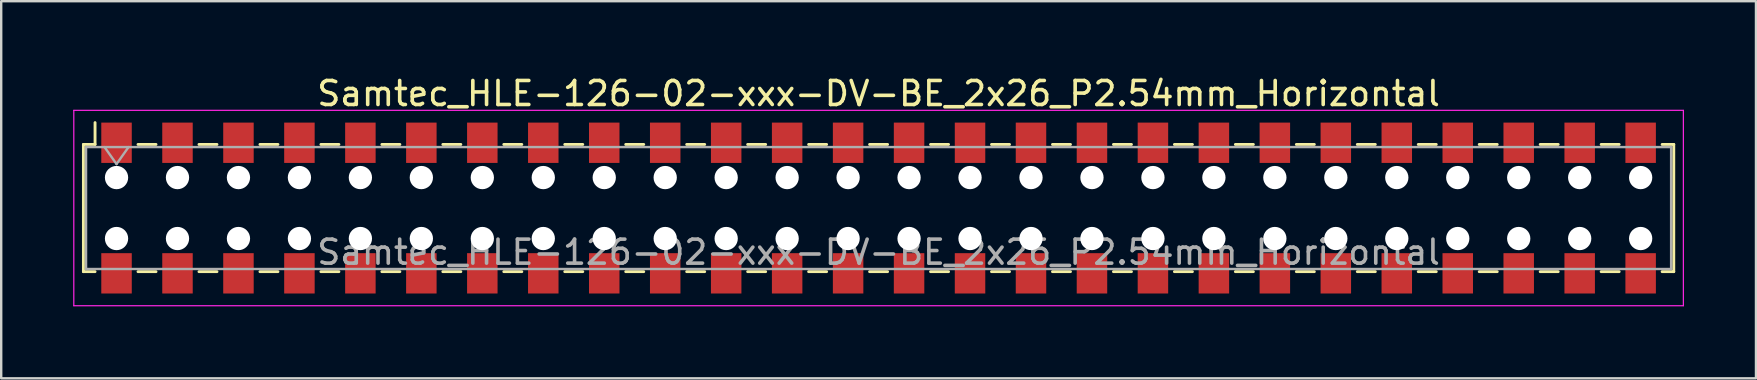
<source format=kicad_pcb>
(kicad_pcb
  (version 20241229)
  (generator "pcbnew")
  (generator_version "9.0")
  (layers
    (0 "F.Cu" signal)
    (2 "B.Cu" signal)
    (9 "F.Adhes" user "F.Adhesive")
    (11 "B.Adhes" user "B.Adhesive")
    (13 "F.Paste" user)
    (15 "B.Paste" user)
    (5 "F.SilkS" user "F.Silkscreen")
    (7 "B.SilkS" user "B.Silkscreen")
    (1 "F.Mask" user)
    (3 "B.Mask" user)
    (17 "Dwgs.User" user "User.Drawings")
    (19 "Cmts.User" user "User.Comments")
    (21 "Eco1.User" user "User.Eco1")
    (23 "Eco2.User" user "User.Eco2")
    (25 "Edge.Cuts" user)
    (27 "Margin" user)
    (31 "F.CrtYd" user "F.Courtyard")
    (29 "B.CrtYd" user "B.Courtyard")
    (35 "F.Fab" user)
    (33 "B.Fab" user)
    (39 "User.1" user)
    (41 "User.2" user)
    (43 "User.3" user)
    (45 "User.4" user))
  (footprint "Samtec_HLE-126-02-xxx-DV-BE_2x26_P2.54mm_Horizontal"
    (layer "F.Cu")
    (at 33.555 5.618)
    (property "Reference" "Samtec_HLE-126-02-xxx-DV-BE_2x26_P2.54mm_Horizontal" (at 0 -4.77 0) (layer "F.SilkS") (effects (font (size 1 1) (thickness 0.15))))
    (attr smd)
    (fp_line (start -33.13 -2.65) (end -33.13 2.65) (stroke (width 0.12) (type solid)) (layer "F.SilkS"))
    (fp_line (start -33.13 2.65) (end -32.645 2.65) (stroke (width 0.12) (type solid)) (layer "F.SilkS"))
    (fp_line (start -32.645 -3.56) (end -32.645 -2.65) (stroke (width 0.12) (type solid)) (layer "F.SilkS"))
    (fp_line (start -32.645 -2.65) (end -33.13 -2.65) (stroke (width 0.12) (type solid)) (layer "F.SilkS"))
    (fp_line (start -30.855 -2.65) (end -30.105 -2.65) (stroke (width 0.12) (type solid)) (layer "F.SilkS"))
    (fp_line (start -30.855 2.65) (end -30.105 2.65) (stroke (width 0.12) (type solid)) (layer "F.SilkS"))
    (fp_line (start -28.315 -2.65) (end -27.565 -2.65) (stroke (width 0.12) (type solid)) (layer "F.SilkS"))
    (fp_line (start -28.315 2.65) (end -27.565 2.65) (stroke (width 0.12) (type solid)) (layer "F.SilkS"))
    (fp_line (start -25.775 -2.65) (end -25.025 -2.65) (stroke (width 0.12) (type solid)) (layer "F.SilkS"))
    (fp_line (start -25.775 2.65) (end -25.025 2.65) (stroke (width 0.12) (type solid)) (layer "F.SilkS"))
    (fp_line (start -23.235 -2.65) (end -22.485 -2.65) (stroke (width 0.12) (type solid)) (layer "F.SilkS"))
    (fp_line (start -23.235 2.65) (end -22.485 2.65) (stroke (width 0.12) (type solid)) (layer "F.SilkS"))
    (fp_line (start -20.695 -2.65) (end -19.945 -2.65) (stroke (width 0.12) (type solid)) (layer "F.SilkS"))
    (fp_line (start -20.695 2.65) (end -19.945 2.65) (stroke (width 0.12) (type solid)) (layer "F.SilkS"))
    (fp_line (start -18.155 -2.65) (end -17.405 -2.65) (stroke (width 0.12) (type solid)) (layer "F.SilkS"))
    (fp_line (start -18.155 2.65) (end -17.405 2.65) (stroke (width 0.12) (type solid)) (layer "F.SilkS"))
    (fp_line (start -15.615 -2.65) (end -14.865 -2.65) (stroke (width 0.12) (type solid)) (layer "F.SilkS"))
    (fp_line (start -15.615 2.65) (end -14.865 2.65) (stroke (width 0.12) (type solid)) (layer "F.SilkS"))
    (fp_line (start -13.075 -2.65) (end -12.325 -2.65) (stroke (width 0.12) (type solid)) (layer "F.SilkS"))
    (fp_line (start -13.075 2.65) (end -12.325 2.65) (stroke (width 0.12) (type solid)) (layer "F.SilkS"))
    (fp_line (start -10.535 -2.65) (end -9.785 -2.65) (stroke (width 0.12) (type solid)) (layer "F.SilkS"))
    (fp_line (start -10.535 2.65) (end -9.785 2.65) (stroke (width 0.12) (type solid)) (layer "F.SilkS"))
    (fp_line (start -7.995 -2.65) (end -7.245 -2.65) (stroke (width 0.12) (type solid)) (layer "F.SilkS"))
    (fp_line (start -7.995 2.65) (end -7.245 2.65) (stroke (width 0.12) (type solid)) (layer "F.SilkS"))
    (fp_line (start -5.455 -2.65) (end -4.705 -2.65) (stroke (width 0.12) (type solid)) (layer "F.SilkS"))
    (fp_line (start -5.455 2.65) (end -4.705 2.65) (stroke (width 0.12) (type solid)) (layer "F.SilkS"))
    (fp_line (start -2.915 -2.65) (end -2.165 -2.65) (stroke (width 0.12) (type solid)) (layer "F.SilkS"))
    (fp_line (start -2.915 2.65) (end -2.165 2.65) (stroke (width 0.12) (type solid)) (layer "F.SilkS"))
    (fp_line (start -0.375 -2.65) (end 0.375 -2.65) (stroke (width 0.12) (type solid)) (layer "F.SilkS"))
    (fp_line (start -0.375 2.65) (end 0.375 2.65) (stroke (width 0.12) (type solid)) (layer "F.SilkS"))
    (fp_line (start 2.165 -2.65) (end 2.915 -2.65) (stroke (width 0.12) (type solid)) (layer "F.SilkS"))
    (fp_line (start 2.165 2.65) (end 2.915 2.65) (stroke (width 0.12) (type solid)) (layer "F.SilkS"))
    (fp_line (start 4.705 -2.65) (end 5.455 -2.65) (stroke (width 0.12) (type solid)) (layer "F.SilkS"))
    (fp_line (start 4.705 2.65) (end 5.455 2.65) (stroke (width 0.12) (type solid)) (layer "F.SilkS"))
    (fp_line (start 7.245 -2.65) (end 7.995 -2.65) (stroke (width 0.12) (type solid)) (layer "F.SilkS"))
    (fp_line (start 7.245 2.65) (end 7.995 2.65) (stroke (width 0.12) (type solid)) (layer "F.SilkS"))
    (fp_line (start 9.785 -2.65) (end 10.535 -2.65) (stroke (width 0.12) (type solid)) (layer "F.SilkS"))
    (fp_line (start 9.785 2.65) (end 10.535 2.65) (stroke (width 0.12) (type solid)) (layer "F.SilkS"))
    (fp_line (start 12.325 -2.65) (end 13.075 -2.65) (stroke (width 0.12) (type solid)) (layer "F.SilkS"))
    (fp_line (start 12.325 2.65) (end 13.075 2.65) (stroke (width 0.12) (type solid)) (layer "F.SilkS"))
    (fp_line (start 14.865 -2.65) (end 15.615 -2.65) (stroke (width 0.12) (type solid)) (layer "F.SilkS"))
    (fp_line (start 14.865 2.65) (end 15.615 2.65) (stroke (width 0.12) (type solid)) (layer "F.SilkS"))
    (fp_line (start 17.405 -2.65) (end 18.155 -2.65) (stroke (width 0.12) (type solid)) (layer "F.SilkS"))
    (fp_line (start 17.405 2.65) (end 18.155 2.65) (stroke (width 0.12) (type solid)) (layer "F.SilkS"))
    (fp_line (start 19.945 -2.65) (end 20.695 -2.65) (stroke (width 0.12) (type solid)) (layer "F.SilkS"))
    (fp_line (start 19.945 2.65) (end 20.695 2.65) (stroke (width 0.12) (type solid)) (layer "F.SilkS"))
    (fp_line (start 22.485 -2.65) (end 23.235 -2.65) (stroke (width 0.12) (type solid)) (layer "F.SilkS"))
    (fp_line (start 22.485 2.65) (end 23.235 2.65) (stroke (width 0.12) (type solid)) (layer "F.SilkS"))
    (fp_line (start 25.025 -2.65) (end 25.775 -2.65) (stroke (width 0.12) (type solid)) (layer "F.SilkS"))
    (fp_line (start 25.025 2.65) (end 25.775 2.65) (stroke (width 0.12) (type solid)) (layer "F.SilkS"))
    (fp_line (start 27.565 -2.65) (end 28.315 -2.65) (stroke (width 0.12) (type solid)) (layer "F.SilkS"))
    (fp_line (start 27.565 2.65) (end 28.315 2.65) (stroke (width 0.12) (type solid)) (layer "F.SilkS"))
    (fp_line (start 30.105 -2.65) (end 30.855 -2.65) (stroke (width 0.12) (type solid)) (layer "F.SilkS"))
    (fp_line (start 30.105 2.65) (end 30.855 2.65) (stroke (width 0.12) (type solid)) (layer "F.SilkS"))
    (fp_line (start 32.645 -2.65) (end 33.13 -2.65) (stroke (width 0.12) (type solid)) (layer "F.SilkS"))
    (fp_line (start 33.13 -2.65) (end 33.13 2.65) (stroke (width 0.12) (type solid)) (layer "F.SilkS"))
    (fp_line (start 33.13 2.65) (end 32.645 2.65) (stroke (width 0.12) (type solid)) (layer "F.SilkS"))
    (fp_line (start -33.53 -4.07) (end 33.53 -4.07) (stroke (width 0.05) (type solid)) (layer "F.CrtYd"))
    (fp_line (start -33.53 4.07) (end -33.53 -4.07) (stroke (width 0.05) (type solid)) (layer "F.CrtYd"))
    (fp_line (start 33.53 -4.07) (end 33.53 4.07) (stroke (width 0.05) (type solid)) (layer "F.CrtYd"))
    (fp_line (start 33.53 4.07) (end -33.53 4.07) (stroke (width 0.05) (type solid)) (layer "F.CrtYd"))
    (fp_line (start -33.02 -2.54) (end 33.02 -2.54) (stroke (width 0.1) (type solid)) (layer "F.Fab"))
    (fp_line (start -33.02 2.54) (end -33.02 -2.54) (stroke (width 0.1) (type solid)) (layer "F.Fab"))
    (fp_line (start -32.25 -2.54) (end -31.75 -1.833) (stroke (width 0.1) (type solid)) (layer "F.Fab"))
    (fp_line (start -31.75 -1.833) (end -31.25 -2.54) (stroke (width 0.1) (type solid)) (layer "F.Fab"))
    (fp_line (start 33.02 -2.54) (end 33.02 2.54) (stroke (width 0.1) (type solid)) (layer "F.Fab"))
    (fp_line (start 33.02 2.54) (end -33.02 2.54) (stroke (width 0.1) (type solid)) (layer "F.Fab"))
    (fp_text user "${REFERENCE}" (at 0 1.84 0) (layer "F.Fab") (effects (font (size 1 1) (thickness 0.15))))
    (pad "" np_thru_hole circle (at -31.75 -1.27) (size 0.97 0.97) (drill 0.97) (layers "*.Cu" "*.Mask"))
    (pad "" np_thru_hole circle (at -31.75 1.27) (size 0.97 0.97) (drill 0.97) (layers "*.Cu" "*.Mask"))
    (pad "" np_thru_hole circle (at -29.21 -1.27) (size 0.97 0.97) (drill 0.97) (layers "*.Cu" "*.Mask"))
    (pad "" np_thru_hole circle (at -29.21 1.27) (size 0.97 0.97) (drill 0.97) (layers "*.Cu" "*.Mask"))
    (pad "" np_thru_hole circle (at -26.67 -1.27) (size 0.97 0.97) (drill 0.97) (layers "*.Cu" "*.Mask"))
    (pad "" np_thru_hole circle (at -26.67 1.27) (size 0.97 0.97) (drill 0.97) (layers "*.Cu" "*.Mask"))
    (pad "" np_thru_hole circle (at -24.13 -1.27) (size 0.97 0.97) (drill 0.97) (layers "*.Cu" "*.Mask"))
    (pad "" np_thru_hole circle (at -24.13 1.27) (size 0.97 0.97) (drill 0.97) (layers "*.Cu" "*.Mask"))
    (pad "" np_thru_hole circle (at -21.59 -1.27) (size 0.97 0.97) (drill 0.97) (layers "*.Cu" "*.Mask"))
    (pad "" np_thru_hole circle (at -21.59 1.27) (size 0.97 0.97) (drill 0.97) (layers "*.Cu" "*.Mask"))
    (pad "" np_thru_hole circle (at -19.05 -1.27) (size 0.97 0.97) (drill 0.97) (layers "*.Cu" "*.Mask"))
    (pad "" np_thru_hole circle (at -19.05 1.27) (size 0.97 0.97) (drill 0.97) (layers "*.Cu" "*.Mask"))
    (pad "" np_thru_hole circle (at -16.51 -1.27) (size 0.97 0.97) (drill 0.97) (layers "*.Cu" "*.Mask"))
    (pad "" np_thru_hole circle (at -16.51 1.27) (size 0.97 0.97) (drill 0.97) (layers "*.Cu" "*.Mask"))
    (pad "" np_thru_hole circle (at -13.97 -1.27) (size 0.97 0.97) (drill 0.97) (layers "*.Cu" "*.Mask"))
    (pad "" np_thru_hole circle (at -13.97 1.27) (size 0.97 0.97) (drill 0.97) (layers "*.Cu" "*.Mask"))
    (pad "" np_thru_hole circle (at -11.43 -1.27) (size 0.97 0.97) (drill 0.97) (layers "*.Cu" "*.Mask"))
    (pad "" np_thru_hole circle (at -11.43 1.27) (size 0.97 0.97) (drill 0.97) (layers "*.Cu" "*.Mask"))
    (pad "" np_thru_hole circle (at -8.89 -1.27) (size 0.97 0.97) (drill 0.97) (layers "*.Cu" "*.Mask"))
    (pad "" np_thru_hole circle (at -8.89 1.27) (size 0.97 0.97) (drill 0.97) (layers "*.Cu" "*.Mask"))
    (pad "" np_thru_hole circle (at -6.35 -1.27) (size 0.97 0.97) (drill 0.97) (layers "*.Cu" "*.Mask"))
    (pad "" np_thru_hole circle (at -6.35 1.27) (size 0.97 0.97) (drill 0.97) (layers "*.Cu" "*.Mask"))
    (pad "" np_thru_hole circle (at -3.81 -1.27) (size 0.97 0.97) (drill 0.97) (layers "*.Cu" "*.Mask"))
    (pad "" np_thru_hole circle (at -3.81 1.27) (size 0.97 0.97) (drill 0.97) (layers "*.Cu" "*.Mask"))
    (pad "" np_thru_hole circle (at -1.27 -1.27) (size 0.97 0.97) (drill 0.97) (layers "*.Cu" "*.Mask"))
    (pad "" np_thru_hole circle (at -1.27 1.27) (size 0.97 0.97) (drill 0.97) (layers "*.Cu" "*.Mask"))
    (pad "" np_thru_hole circle (at 1.27 -1.27) (size 0.97 0.97) (drill 0.97) (layers "*.Cu" "*.Mask"))
    (pad "" np_thru_hole circle (at 1.27 1.27) (size 0.97 0.97) (drill 0.97) (layers "*.Cu" "*.Mask"))
    (pad "" np_thru_hole circle (at 3.81 -1.27) (size 0.97 0.97) (drill 0.97) (layers "*.Cu" "*.Mask"))
    (pad "" np_thru_hole circle (at 3.81 1.27) (size 0.97 0.97) (drill 0.97) (layers "*.Cu" "*.Mask"))
    (pad "" np_thru_hole circle (at 6.35 -1.27) (size 0.97 0.97) (drill 0.97) (layers "*.Cu" "*.Mask"))
    (pad "" np_thru_hole circle (at 6.35 1.27) (size 0.97 0.97) (drill 0.97) (layers "*.Cu" "*.Mask"))
    (pad "" np_thru_hole circle (at 8.89 -1.27) (size 0.97 0.97) (drill 0.97) (layers "*.Cu" "*.Mask"))
    (pad "" np_thru_hole circle (at 8.89 1.27) (size 0.97 0.97) (drill 0.97) (layers "*.Cu" "*.Mask"))
    (pad "" np_thru_hole circle (at 11.43 -1.27) (size 0.97 0.97) (drill 0.97) (layers "*.Cu" "*.Mask"))
    (pad "" np_thru_hole circle (at 11.43 1.27) (size 0.97 0.97) (drill 0.97) (layers "*.Cu" "*.Mask"))
    (pad "" np_thru_hole circle (at 13.97 -1.27) (size 0.97 0.97) (drill 0.97) (layers "*.Cu" "*.Mask"))
    (pad "" np_thru_hole circle (at 13.97 1.27) (size 0.97 0.97) (drill 0.97) (layers "*.Cu" "*.Mask"))
    (pad "" np_thru_hole circle (at 16.51 -1.27) (size 0.97 0.97) (drill 0.97) (layers "*.Cu" "*.Mask"))
    (pad "" np_thru_hole circle (at 16.51 1.27) (size 0.97 0.97) (drill 0.97) (layers "*.Cu" "*.Mask"))
    (pad "" np_thru_hole circle (at 19.05 -1.27) (size 0.97 0.97) (drill 0.97) (layers "*.Cu" "*.Mask"))
    (pad "" np_thru_hole circle (at 19.05 1.27) (size 0.97 0.97) (drill 0.97) (layers "*.Cu" "*.Mask"))
    (pad "" np_thru_hole circle (at 21.59 -1.27) (size 0.97 0.97) (drill 0.97) (layers "*.Cu" "*.Mask"))
    (pad "" np_thru_hole circle (at 21.59 1.27) (size 0.97 0.97) (drill 0.97) (layers "*.Cu" "*.Mask"))
    (pad "" np_thru_hole circle (at 24.13 -1.27) (size 0.97 0.97) (drill 0.97) (layers "*.Cu" "*.Mask"))
    (pad "" np_thru_hole circle (at 24.13 1.27) (size 0.97 0.97) (drill 0.97) (layers "*.Cu" "*.Mask"))
    (pad "" np_thru_hole circle (at 26.67 -1.27) (size 0.97 0.97) (drill 0.97) (layers "*.Cu" "*.Mask"))
    (pad "" np_thru_hole circle (at 26.67 1.27) (size 0.97 0.97) (drill 0.97) (layers "*.Cu" "*.Mask"))
    (pad "" np_thru_hole circle (at 29.21 -1.27) (size 0.97 0.97) (drill 0.97) (layers "*.Cu" "*.Mask"))
    (pad "" np_thru_hole circle (at 29.21 1.27) (size 0.97 0.97) (drill 0.97) (layers "*.Cu" "*.Mask"))
    (pad "" np_thru_hole circle (at 31.75 -1.27) (size 0.97 0.97) (drill 0.97) (layers "*.Cu" "*.Mask"))
    (pad "" np_thru_hole circle (at 31.75 1.27) (size 0.97 0.97) (drill 0.97) (layers "*.Cu" "*.Mask"))
    (pad "1" smd rect (at -31.75 -2.72) (size 1.27 1.68) (layers "F.Cu" "F.Mask" "F.Paste"))
    (pad "2" smd rect (at -31.75 2.72) (size 1.27 1.68) (layers "F.Cu" "F.Mask" "F.Paste"))
    (pad "3" smd rect (at -29.21 -2.72) (size 1.27 1.68) (layers "F.Cu" "F.Mask" "F.Paste"))
    (pad "4" smd rect (at -29.21 2.72) (size 1.27 1.68) (layers "F.Cu" "F.Mask" "F.Paste"))
    (pad "5" smd rect (at -26.67 -2.72) (size 1.27 1.68) (layers "F.Cu" "F.Mask" "F.Paste"))
    (pad "6" smd rect (at -26.67 2.72) (size 1.27 1.68) (layers "F.Cu" "F.Mask" "F.Paste"))
    (pad "7" smd rect (at -24.13 -2.72) (size 1.27 1.68) (layers "F.Cu" "F.Mask" "F.Paste"))
    (pad "8" smd rect (at -24.13 2.72) (size 1.27 1.68) (layers "F.Cu" "F.Mask" "F.Paste"))
    (pad "9" smd rect (at -21.59 -2.72) (size 1.27 1.68) (layers "F.Cu" "F.Mask" "F.Paste"))
    (pad "10" smd rect (at -21.59 2.72) (size 1.27 1.68) (layers "F.Cu" "F.Mask" "F.Paste"))
    (pad "11" smd rect (at -19.05 -2.72) (size 1.27 1.68) (layers "F.Cu" "F.Mask" "F.Paste"))
    (pad "12" smd rect (at -19.05 2.72) (size 1.27 1.68) (layers "F.Cu" "F.Mask" "F.Paste"))
    (pad "13" smd rect (at -16.51 -2.72) (size 1.27 1.68) (layers "F.Cu" "F.Mask" "F.Paste"))
    (pad "14" smd rect (at -16.51 2.72) (size 1.27 1.68) (layers "F.Cu" "F.Mask" "F.Paste"))
    (pad "15" smd rect (at -13.97 -2.72) (size 1.27 1.68) (layers "F.Cu" "F.Mask" "F.Paste"))
    (pad "16" smd rect (at -13.97 2.72) (size 1.27 1.68) (layers "F.Cu" "F.Mask" "F.Paste"))
    (pad "17" smd rect (at -11.43 -2.72) (size 1.27 1.68) (layers "F.Cu" "F.Mask" "F.Paste"))
    (pad "18" smd rect (at -11.43 2.72) (size 1.27 1.68) (layers "F.Cu" "F.Mask" "F.Paste"))
    (pad "19" smd rect (at -8.89 -2.72) (size 1.27 1.68) (layers "F.Cu" "F.Mask" "F.Paste"))
    (pad "20" smd rect (at -8.89 2.72) (size 1.27 1.68) (layers "F.Cu" "F.Mask" "F.Paste"))
    (pad "21" smd rect (at -6.35 -2.72) (size 1.27 1.68) (layers "F.Cu" "F.Mask" "F.Paste"))
    (pad "22" smd rect (at -6.35 2.72) (size 1.27 1.68) (layers "F.Cu" "F.Mask" "F.Paste"))
    (pad "23" smd rect (at -3.81 -2.72) (size 1.27 1.68) (layers "F.Cu" "F.Mask" "F.Paste"))
    (pad "24" smd rect (at -3.81 2.72) (size 1.27 1.68) (layers "F.Cu" "F.Mask" "F.Paste"))
    (pad "25" smd rect (at -1.27 -2.72) (size 1.27 1.68) (layers "F.Cu" "F.Mask" "F.Paste"))
    (pad "26" smd rect (at -1.27 2.72) (size 1.27 1.68) (layers "F.Cu" "F.Mask" "F.Paste"))
    (pad "27" smd rect (at 1.27 -2.72) (size 1.27 1.68) (layers "F.Cu" "F.Mask" "F.Paste"))
    (pad "28" smd rect (at 1.27 2.72) (size 1.27 1.68) (layers "F.Cu" "F.Mask" "F.Paste"))
    (pad "29" smd rect (at 3.81 -2.72) (size 1.27 1.68) (layers "F.Cu" "F.Mask" "F.Paste"))
    (pad "30" smd rect (at 3.81 2.72) (size 1.27 1.68) (layers "F.Cu" "F.Mask" "F.Paste"))
    (pad "31" smd rect (at 6.35 -2.72) (size 1.27 1.68) (layers "F.Cu" "F.Mask" "F.Paste"))
    (pad "32" smd rect (at 6.35 2.72) (size 1.27 1.68) (layers "F.Cu" "F.Mask" "F.Paste"))
    (pad "33" smd rect (at 8.89 -2.72) (size 1.27 1.68) (layers "F.Cu" "F.Mask" "F.Paste"))
    (pad "34" smd rect (at 8.89 2.72) (size 1.27 1.68) (layers "F.Cu" "F.Mask" "F.Paste"))
    (pad "35" smd rect (at 11.43 -2.72) (size 1.27 1.68) (layers "F.Cu" "F.Mask" "F.Paste"))
    (pad "36" smd rect (at 11.43 2.72) (size 1.27 1.68) (layers "F.Cu" "F.Mask" "F.Paste"))
    (pad "37" smd rect (at 13.97 -2.72) (size 1.27 1.68) (layers "F.Cu" "F.Mask" "F.Paste"))
    (pad "38" smd rect (at 13.97 2.72) (size 1.27 1.68) (layers "F.Cu" "F.Mask" "F.Paste"))
    (pad "39" smd rect (at 16.51 -2.72) (size 1.27 1.68) (layers "F.Cu" "F.Mask" "F.Paste"))
    (pad "40" smd rect (at 16.51 2.72) (size 1.27 1.68) (layers "F.Cu" "F.Mask" "F.Paste"))
    (pad "41" smd rect (at 19.05 -2.72) (size 1.27 1.68) (layers "F.Cu" "F.Mask" "F.Paste"))
    (pad "42" smd rect (at 19.05 2.72) (size 1.27 1.68) (layers "F.Cu" "F.Mask" "F.Paste"))
    (pad "43" smd rect (at 21.59 -2.72) (size 1.27 1.68) (layers "F.Cu" "F.Mask" "F.Paste"))
    (pad "44" smd rect (at 21.59 2.72) (size 1.27 1.68) (layers "F.Cu" "F.Mask" "F.Paste"))
    (pad "45" smd rect (at 24.13 -2.72) (size 1.27 1.68) (layers "F.Cu" "F.Mask" "F.Paste"))
    (pad "46" smd rect (at 24.13 2.72) (size 1.27 1.68) (layers "F.Cu" "F.Mask" "F.Paste"))
    (pad "47" smd rect (at 26.67 -2.72) (size 1.27 1.68) (layers "F.Cu" "F.Mask" "F.Paste"))
    (pad "48" smd rect (at 26.67 2.72) (size 1.27 1.68) (layers "F.Cu" "F.Mask" "F.Paste"))
    (pad "49" smd rect (at 29.21 -2.72) (size 1.27 1.68) (layers "F.Cu" "F.Mask" "F.Paste"))
    (pad "50" smd rect (at 29.21 2.72) (size 1.27 1.68) (layers "F.Cu" "F.Mask" "F.Paste"))
    (pad "51" smd rect (at 31.75 -2.72) (size 1.27 1.68) (layers "F.Cu" "F.Mask" "F.Paste"))
    (pad "52" smd rect (at 31.75 2.72) (size 1.27 1.68) (layers "F.Cu" "F.Mask" "F.Paste")))
  (gr_rect
    (start -3 -3)
    (end 70.11 12.713)
    (stroke (width 0.1) (type default))
    (fill no)
    (layer "Edge.Cuts")))
</source>
